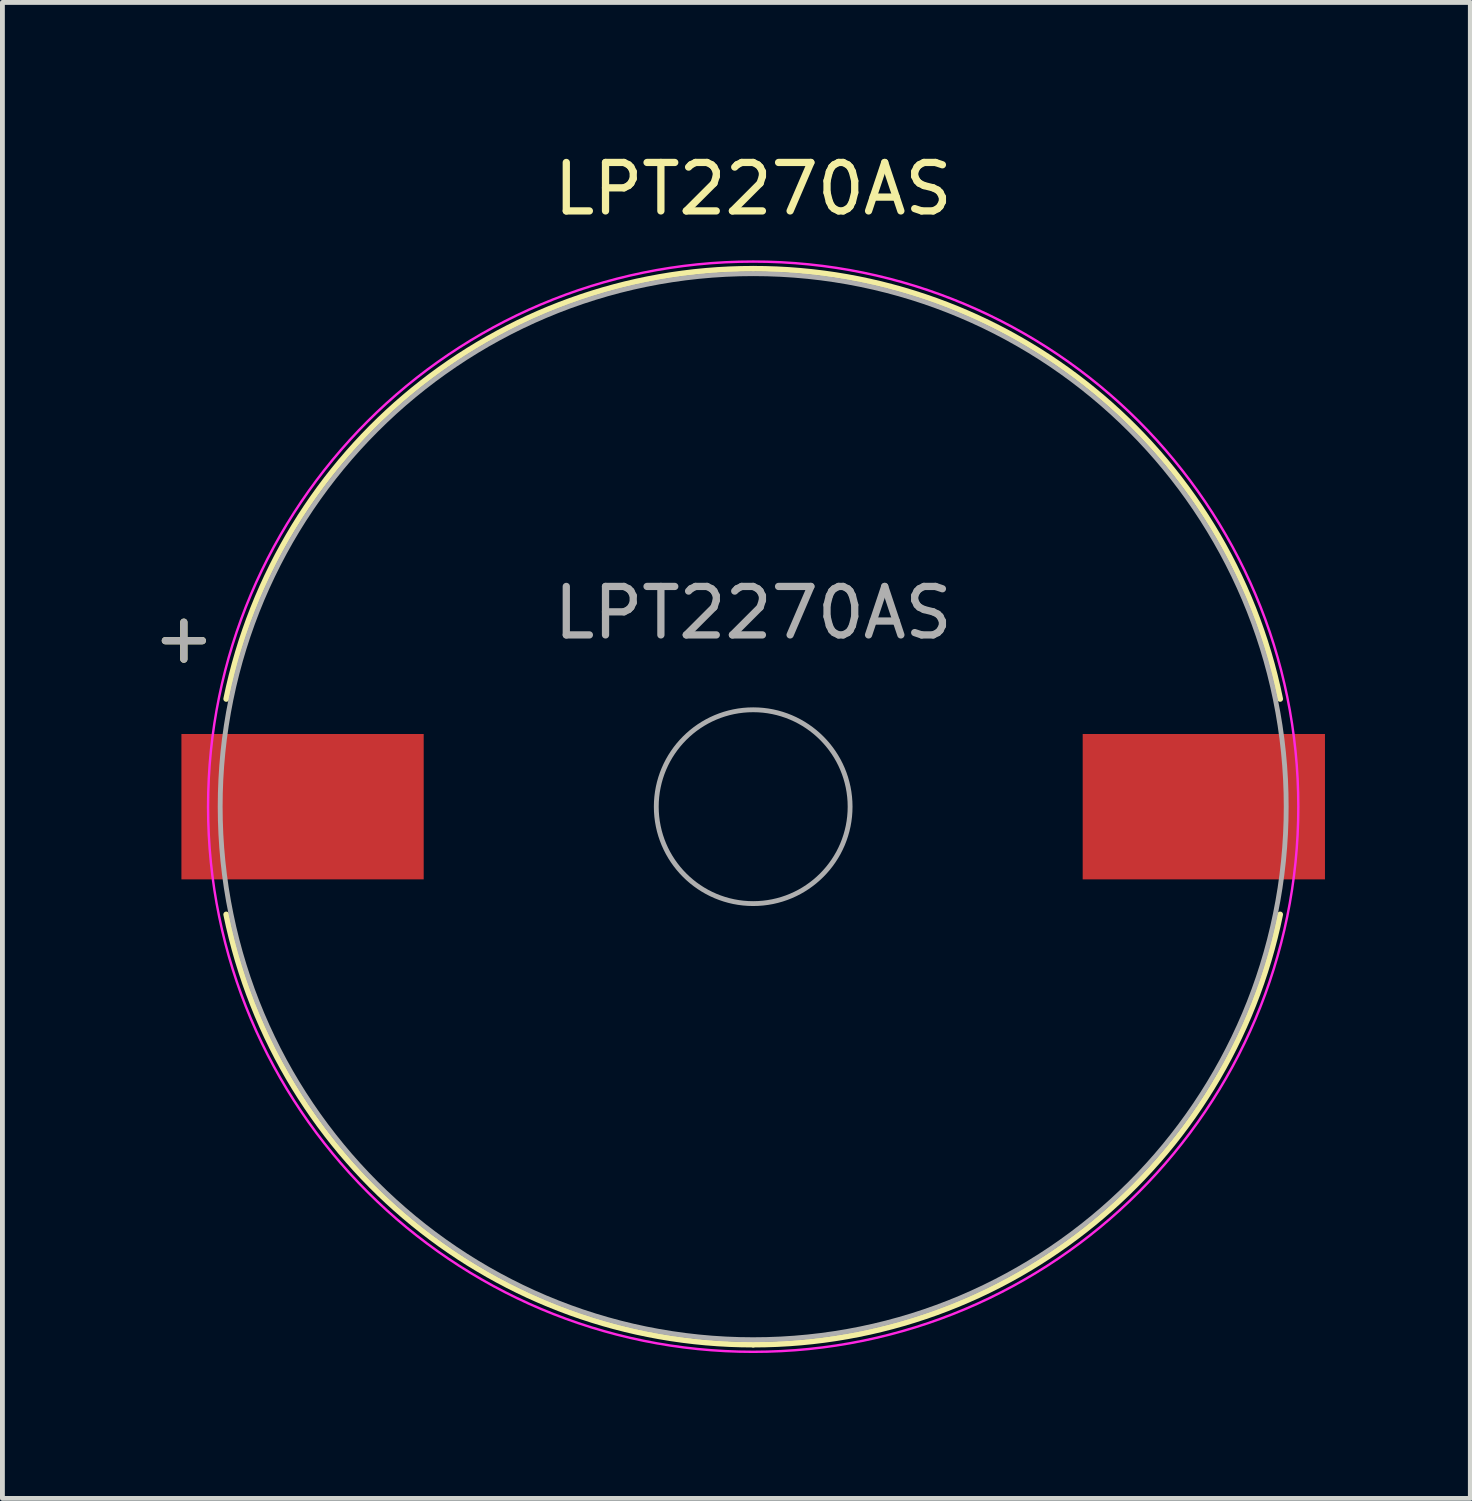
<source format=kicad_pcb>
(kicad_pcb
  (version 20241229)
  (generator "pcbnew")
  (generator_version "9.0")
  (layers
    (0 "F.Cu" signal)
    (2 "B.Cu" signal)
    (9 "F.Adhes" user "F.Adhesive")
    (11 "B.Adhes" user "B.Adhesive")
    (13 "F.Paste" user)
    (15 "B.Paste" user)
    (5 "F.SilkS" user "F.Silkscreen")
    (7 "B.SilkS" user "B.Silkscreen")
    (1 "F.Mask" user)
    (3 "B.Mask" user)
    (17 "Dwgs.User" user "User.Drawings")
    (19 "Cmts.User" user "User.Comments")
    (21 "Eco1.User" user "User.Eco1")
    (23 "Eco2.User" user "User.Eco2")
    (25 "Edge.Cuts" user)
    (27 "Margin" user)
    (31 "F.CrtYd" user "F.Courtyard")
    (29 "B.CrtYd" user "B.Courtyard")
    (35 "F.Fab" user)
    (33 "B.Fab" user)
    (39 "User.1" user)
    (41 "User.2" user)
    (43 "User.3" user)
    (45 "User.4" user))
  (footprint "LPT2270AS"
    (layer "F.Cu")
    (at 12.494 13.598)
    (property "Reference" "LPT2270AS" (at 0 -12.75 0) (layer "F.SilkS") (effects (font (size 1 1) (thickness 0.15))))
    (attr smd)
    (fp_arc (start -10.874836 -2.224398) (mid -7.018518 -8.599442) (end 0 -11.1) (stroke (width 0.12) (type default)) (layer "F.SilkS"))
    (fp_arc (start 0 -11.1) (mid 7.018518 -8.599443) (end 10.874836 -2.224398) (stroke (width 0.12) (type default)) (layer "F.SilkS"))
    (fp_arc (start 0 11.1) (mid -7.018517 8.599442) (end -10.874836 2.224398) (stroke (width 0.12) (type default)) (layer "F.SilkS"))
    (fp_arc (start 10.874836 2.224398) (mid 7.018518 8.599443) (end 0 11.1) (stroke (width 0.12) (type default)) (layer "F.SilkS"))
    (fp_circle (center 0 0) (end 11.25 0) (stroke (width 0.05) (type solid)) (fill no) (layer "F.CrtYd"))
    (fp_circle (center 0 0) (end 2 0) (stroke (width 0.1) (type solid)) (fill no) (layer "F.Fab"))
    (fp_circle (center 0 0) (end 11 0) (stroke (width 0.1) (type solid)) (fill no) (layer "F.Fab"))
    (fp_text user "+" (at -11.75 -3.5 0) (layer "F.SilkS") (effects (font (size 1 1) (thickness 0.15))))
    (fp_text user "${REFERENCE}" (at 0 -4 0) (layer "F.Fab") (effects (font (size 1 1) (thickness 0.15))))
    (fp_text user "+" (at -11.75 -3.5 0) (layer "F.Fab") (effects (font (size 1 1) (thickness 0.15))))
    (pad "1" smd rect (at -9.3 0) (size 5 3) (layers "F.Cu" "F.Mask" "F.Paste"))
    (pad "2" smd rect (at 9.3 0) (size 5 3) (layers "F.Cu" "F.Mask" "F.Paste")))
  (gr_rect
    (start -3 -3)
    (end 27.294 27.873)
    (stroke (width 0.1) (type default))
    (fill no)
    (layer "Edge.Cuts")))
</source>
